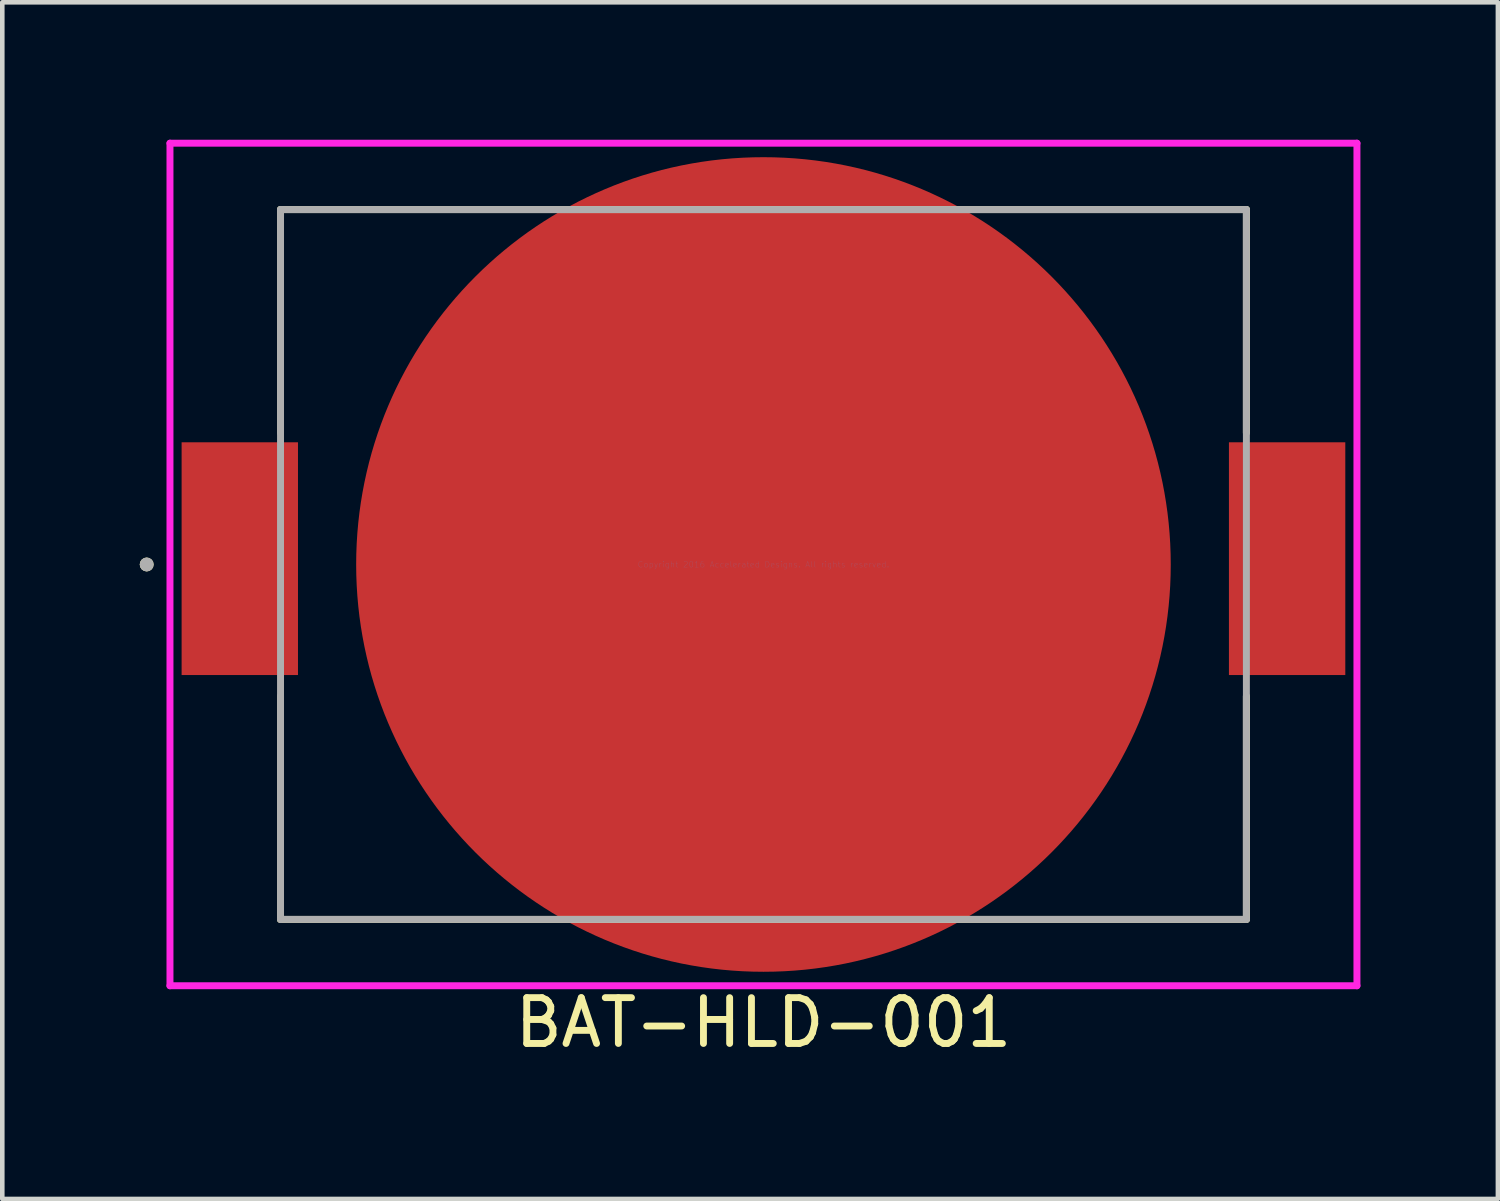
<source format=kicad_pcb>
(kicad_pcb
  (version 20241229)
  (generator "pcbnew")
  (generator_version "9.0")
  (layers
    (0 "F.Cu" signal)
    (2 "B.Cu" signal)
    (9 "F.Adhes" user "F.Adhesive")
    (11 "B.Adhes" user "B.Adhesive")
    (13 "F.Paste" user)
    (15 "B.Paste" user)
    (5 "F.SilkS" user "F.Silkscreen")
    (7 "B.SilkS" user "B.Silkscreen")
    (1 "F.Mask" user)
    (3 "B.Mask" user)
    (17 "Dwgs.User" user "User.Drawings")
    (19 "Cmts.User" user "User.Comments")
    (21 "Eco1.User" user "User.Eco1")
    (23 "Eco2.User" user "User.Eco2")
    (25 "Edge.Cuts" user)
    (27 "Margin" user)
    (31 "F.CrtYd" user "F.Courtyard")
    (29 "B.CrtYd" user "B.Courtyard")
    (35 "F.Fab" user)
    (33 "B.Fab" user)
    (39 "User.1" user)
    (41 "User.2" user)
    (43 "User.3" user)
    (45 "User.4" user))
  (footprint "BAT-HLD-001"
    (layer "F.Cu")
    (at 13.614 9.271)
    (property "Reference" "BAT-HLD-001" (at 0 10 0) (layer "F.SilkS") (effects (font (size 1 1) (thickness 0.15))))
    (attr through_hole)
    (fp_line (start -10.541 -7.747) (end -10.541 -2.873) (stroke (width 0.152) (type solid)) (layer "F.SilkS"))
    (fp_line (start -10.541 2.873) (end -10.541 7.747) (stroke (width 0.152) (type solid)) (layer "F.SilkS"))
    (fp_line (start -10.541 7.747) (end 10.541 7.747) (stroke (width 0.152) (type solid)) (layer "F.SilkS"))
    (fp_line (start 10.541 -7.747) (end -10.541 -7.747) (stroke (width 0.152) (type solid)) (layer "F.SilkS"))
    (fp_line (start 10.541 -2.873) (end 10.541 -7.747) (stroke (width 0.152) (type solid)) (layer "F.SilkS"))
    (fp_line (start 10.541 7.747) (end 10.541 2.873) (stroke (width 0.152) (type solid)) (layer "F.SilkS"))
    (fp_circle (center -13.462 0) (end -13.386 0) (stroke (width 0.152) (type solid)) (fill no) (layer "F.SilkS"))
    (fp_line (start -12.954 -9.195) (end 12.954 -9.195) (stroke (width 0.152) (type solid)) (layer "F.CrtYd"))
    (fp_line (start -12.954 9.195) (end -12.954 -9.195) (stroke (width 0.152) (type solid)) (layer "F.CrtYd"))
    (fp_line (start 12.954 -9.195) (end 12.954 9.195) (stroke (width 0.152) (type solid)) (layer "F.CrtYd"))
    (fp_line (start 12.954 9.195) (end -12.954 9.195) (stroke (width 0.152) (type solid)) (layer "F.CrtYd"))
    (fp_line (start -10.541 -7.747) (end -10.541 7.747) (stroke (width 0.152) (type solid)) (layer "F.Fab"))
    (fp_line (start -10.541 7.747) (end 10.541 7.747) (stroke (width 0.152) (type solid)) (layer "F.Fab"))
    (fp_line (start 10.541 -7.747) (end -10.541 -7.747) (stroke (width 0.152) (type solid)) (layer "F.Fab"))
    (fp_line (start 10.541 7.747) (end 10.541 -7.747) (stroke (width 0.152) (type solid)) (layer "F.Fab"))
    (fp_circle (center -13.462 0) (end -13.386 0) (stroke (width 0.152) (type solid)) (fill no) (layer "F.Fab"))
    (fp_text user "Copyright 2016 Accelerated Designs. All rights reserved." (at 0 0 0) (layer "Cmts.User") (effects (font (size 0.127 0.127) (thickness 0.002))))
    (pad "1" smd rect (at -11.43 -0.127) (size 2.54 5.08) (layers "F.Cu" "F.Mask" "F.Paste"))
    (pad "2" smd circle (at 0 0) (size 17.78 17.78) (layers "F.Cu" "F.Mask" "F.Paste"))
    (pad "3" smd rect (at 11.43 -0.127) (size 2.54 5.08) (layers "F.Cu" "F.Mask" "F.Paste")))
  (gr_rect
    (start -3 -3)
    (end 29.645 23.119)
    (stroke (width 0.1) (type default))
    (fill no)
    (layer "Edge.Cuts")))
</source>
